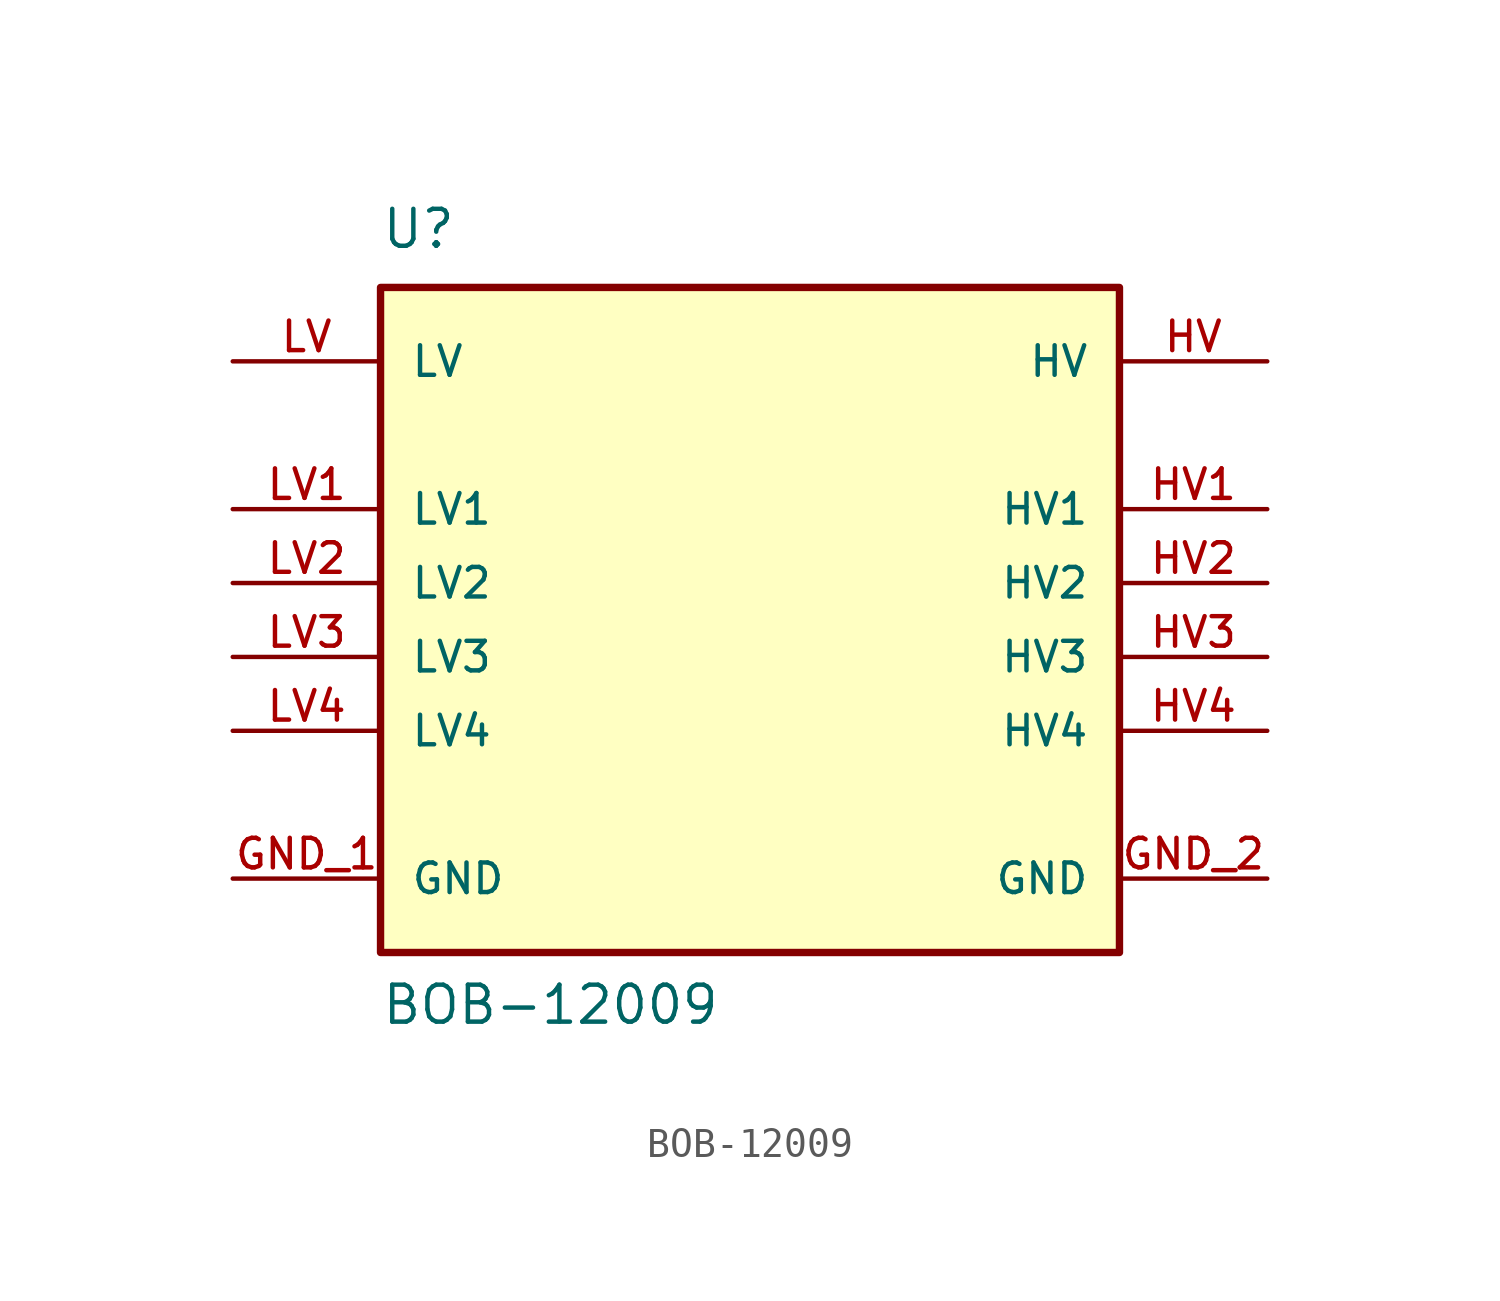
<source format=kicad_sym>
(kicad_symbol_lib
  (version 20220914)
  (generator kicad_symbol_editor)
  (symbol "BOB-12009"
    (pin_names
      (offset 1.016))
    (property "Reference" "U"
      (at -12.7 11.43 0)
      (effects (font (size 1.27 1.27)) (justify left bottom)))
    (property "Value" "BOB-12009"
      (at -12.7 -15.24 0)
      (effects (font (size 1.27 1.27)) (justify left bottom)))
    (symbol "BOB-12009_0_0"
      (rectangle (start -12.7 -12.7) (end 12.7 10.16) (stroke (width 0.254) (type default)) (fill (type background)))
      (pin power_in line (at -17.78 -10.16 0) (length 5.08) (name "GND" (effects (font (size 1.016 1.016)))) (number "GND_1" (effects (font (size 1.016 1.016)))))
      (pin power_in line (at 17.78 -10.16 180) (length 5.08) (name "GND" (effects (font (size 1.016 1.016)))) (number "GND_2" (effects (font (size 1.016 1.016)))))
      (pin bidirectional line (at 17.78 7.62 180) (length 5.08) (name "HV" (effects (font (size 1.016 1.016)))) (number "HV" (effects (font (size 1.016 1.016)))))
      (pin bidirectional line (at 17.78 2.54 180) (length 5.08) (name "HV1" (effects (font (size 1.016 1.016)))) (number "HV1" (effects (font (size 1.016 1.016)))))
      (pin bidirectional line (at 17.78 0 180) (length 5.08) (name "HV2" (effects (font (size 1.016 1.016)))) (number "HV2" (effects (font (size 1.016 1.016)))))
      (pin bidirectional line (at 17.78 -2.54 180) (length 5.08) (name "HV3" (effects (font (size 1.016 1.016)))) (number "HV3" (effects (font (size 1.016 1.016)))))
      (pin bidirectional line (at 17.78 -5.08 180) (length 5.08) (name "HV4" (effects (font (size 1.016 1.016)))) (number "HV4" (effects (font (size 1.016 1.016)))))
      (pin bidirectional line (at -17.78 7.62 0) (length 5.08) (name "LV" (effects (font (size 1.016 1.016)))) (number "LV" (effects (font (size 1.016 1.016)))))
      (pin bidirectional line (at -17.78 2.54 0) (length 5.08) (name "LV1" (effects (font (size 1.016 1.016)))) (number "LV1" (effects (font (size 1.016 1.016)))))
      (pin bidirectional line (at -17.78 0 0) (length 5.08) (name "LV2" (effects (font (size 1.016 1.016)))) (number "LV2" (effects (font (size 1.016 1.016)))))
      (pin bidirectional line (at -17.78 -2.54 0) (length 5.08) (name "LV3" (effects (font (size 1.016 1.016)))) (number "LV3" (effects (font (size 1.016 1.016)))))
      (pin bidirectional line (at -17.78 -5.08 0) (length 5.08) (name "LV4" (effects (font (size 1.016 1.016)))) (number "LV4" (effects (font (size 1.016 1.016))))))))
</source>
